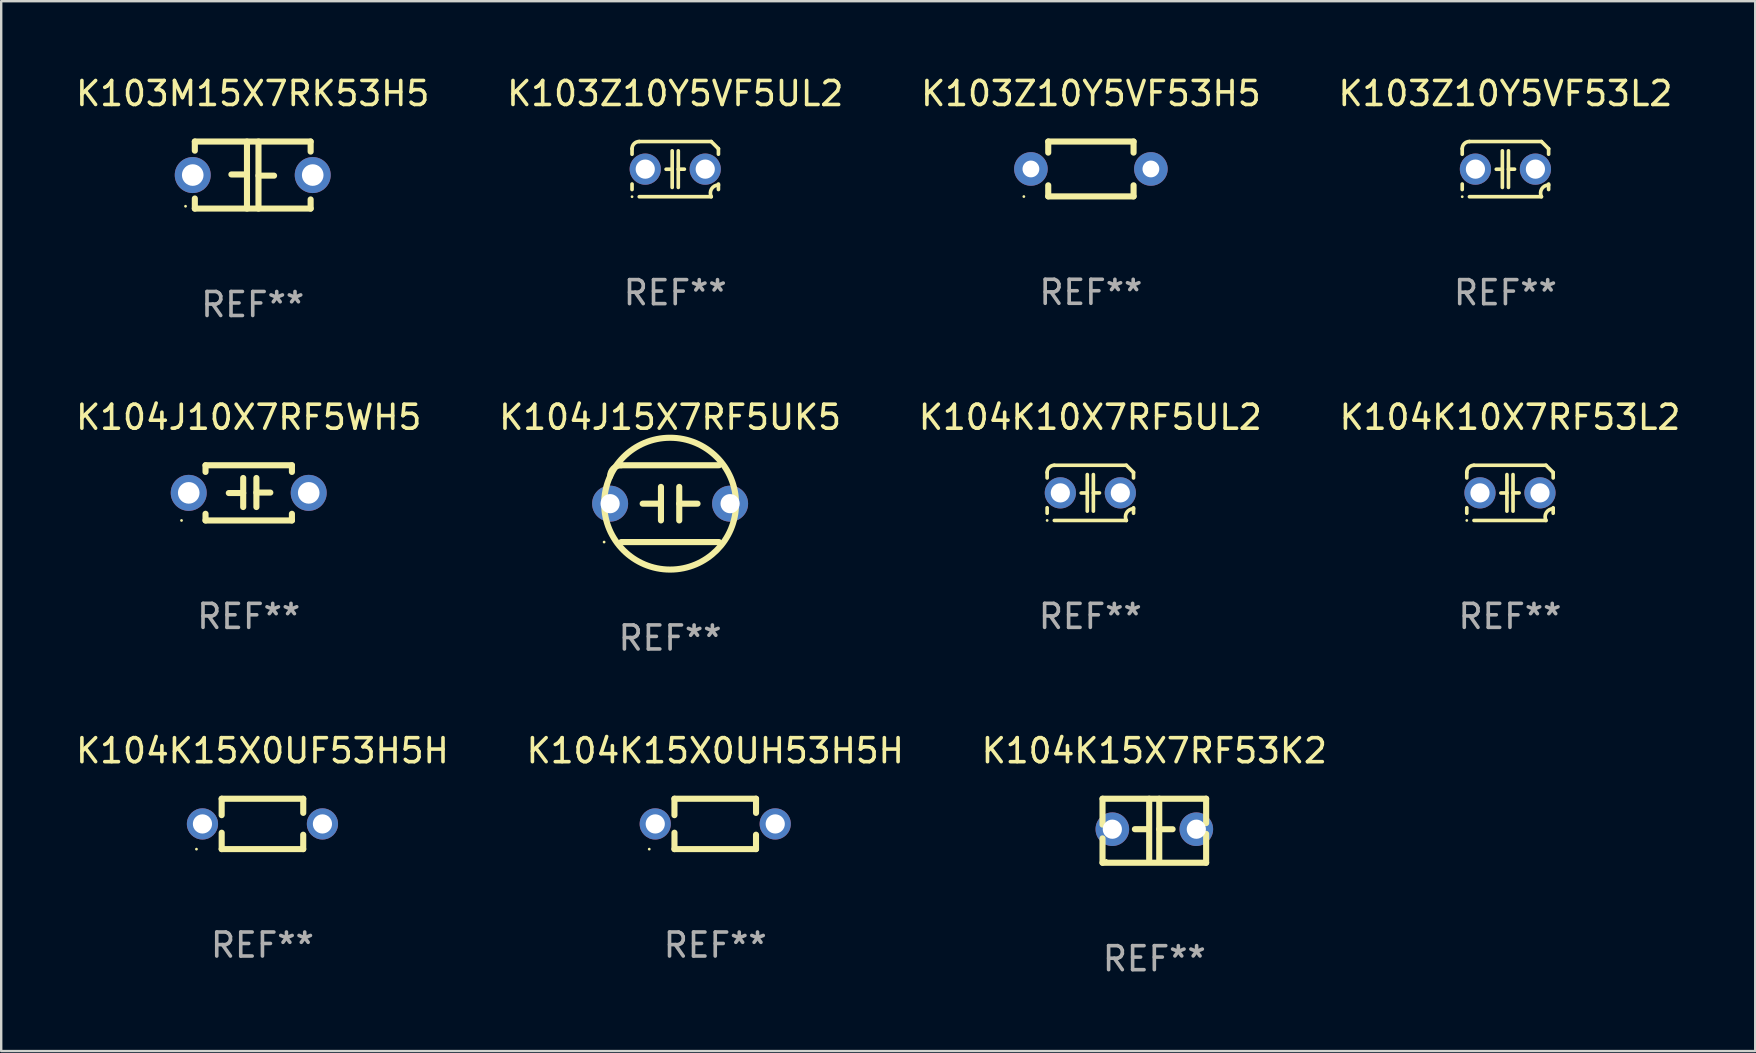
<source format=kicad_pcb>
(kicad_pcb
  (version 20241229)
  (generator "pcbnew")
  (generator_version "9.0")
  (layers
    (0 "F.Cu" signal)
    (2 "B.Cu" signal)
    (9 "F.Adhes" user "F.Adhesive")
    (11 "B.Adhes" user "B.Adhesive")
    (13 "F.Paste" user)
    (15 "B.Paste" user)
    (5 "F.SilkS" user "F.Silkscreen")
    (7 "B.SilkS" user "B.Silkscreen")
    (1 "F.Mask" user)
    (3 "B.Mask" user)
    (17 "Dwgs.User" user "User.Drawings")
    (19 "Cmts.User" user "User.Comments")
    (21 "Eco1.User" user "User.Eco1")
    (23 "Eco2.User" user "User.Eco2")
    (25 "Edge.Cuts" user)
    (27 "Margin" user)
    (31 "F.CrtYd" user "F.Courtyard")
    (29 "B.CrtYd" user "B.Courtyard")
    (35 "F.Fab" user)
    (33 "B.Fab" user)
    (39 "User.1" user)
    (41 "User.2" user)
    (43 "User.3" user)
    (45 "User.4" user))
  (footprint "K104K15X7RF53K2"
    (layer "F.Cu")
    (at 45.054 31.569)
    (property "Reference" "K104K15X7RF53K2" (at 0 -3.334 0) (layer "F.SilkS") (effects (font (size 1 1) (thickness 0.15))))
    (attr through_hole)
    (fp_line (start -2.159 1.334) (end -2.159 0.318) (stroke (width 0.254) (type solid)) (layer "F.SilkS"))
    (fp_line (start -2.159 -1.334) (end 2.159 -1.334) (stroke (width 0.254) (type solid)) (layer "F.SilkS"))
    (fp_line (start -2.159 -0.256) (end -2.159 -1.334) (stroke (width 0.254) (type solid)) (layer "F.SilkS"))
    (fp_line (start -0.254 -0.064) (end -0.811 -0.064) (stroke (width 0.254) (type solid)) (layer "F.SilkS"))
    (fp_line (start -0.214 -1.334) (end -0.214 1.207) (stroke (width 0.254) (type solid)) (layer "F.SilkS"))
    (fp_line (start 0.205 -1.334) (end 0.205 1.207) (stroke (width 0.254) (type solid)) (layer "F.SilkS"))
    (fp_line (start 0.205 -0.063) (end 0.762 -0.063) (stroke (width 0.254) (type solid)) (layer "F.SilkS"))
    (fp_line (start 2.159 0.13) (end 2.159 1.334) (stroke (width 0.254) (type solid)) (layer "F.SilkS"))
    (fp_line (start 2.159 1.334) (end -2.159 1.334) (stroke (width 0.254) (type solid)) (layer "F.SilkS"))
    (fp_line (start 2.159 -1.334) (end 2.159 -0.318) (stroke (width 0.254) (type solid)) (layer "F.SilkS"))
    (fp_circle (center -2 1.236) (end -1.97 1.236) (stroke (width 0.06) (type solid)) (fill no) (layer "F.SilkS"))
    (fp_text user "REF**" (at 0 5.334 0) (layer "F.Fab") (effects (font (size 1 1) (thickness 0.15))))
    (pad "1" thru_hole circle (at -1.75 -0.064) (size 1.4 1.4) (drill 0.8) (layers "*.Cu" "*.Mask"))
    (pad "2" thru_hole circle (at 1.75 -0.064) (size 1.4 1.4) (drill 0.8) (layers "*.Cu" "*.Mask")))
  (footprint "K104K10X7RF53L2"
    (layer "F.Cu")
    (at 59.875 17.489)
    (property "Reference" "K104K10X7RF53L2" (at 0 -3.15 0) (layer "F.SilkS") (effects (font (size 1 1) (thickness 0.15))))
    (attr through_hole)
    (fp_line (start -1.8 -0.621) (end -1.8 -0.85) (stroke (width 0.152) (type solid)) (layer "F.SilkS"))
    (fp_line (start -1.8 0.85) (end -1.8 0.621) (stroke (width 0.152) (type solid)) (layer "F.SilkS"))
    (fp_line (start -1.5 -1.15) (end 1.5 -1.15) (stroke (width 0.152) (type solid)) (layer "F.SilkS"))
    (fp_line (start -0.127 -0.762) (end -0.127 0.762) (stroke (width 0.152) (type solid)) (layer "F.SilkS"))
    (fp_line (start -0.127 0.005) (end -0.381 0.005) (stroke (width 0.152) (type solid)) (layer "F.SilkS"))
    (fp_line (start 0.127 -0.762) (end 0.127 0.762) (stroke (width 0.152) (type solid)) (layer "F.SilkS"))
    (fp_line (start 0.127 0.002) (end 0.381 0.002) (stroke (width 0.152) (type solid)) (layer "F.SilkS"))
    (fp_line (start 1.5 1.15) (end -1.5 1.15) (stroke (width 0.152) (type solid)) (layer "F.SilkS"))
    (fp_line (start 1.8 -0.85) (end 1.8 -0.621) (stroke (width 0.152) (type solid)) (layer "F.SilkS"))
    (fp_line (start 1.8 0.621) (end 1.8 0.85) (stroke (width 0.152) (type solid)) (layer "F.SilkS"))
    (fp_arc (start -1.799975 -0.849987) (mid -1.712107 -1.062119) (end -1.499975 -1.149987) (stroke (width 0.151994) (type solid)) (layer "F.SilkS"))
    (fp_arc (start 1.499975 1.149987) (mid 1.513726 0.822359) (end 1.799975 0.662387) (stroke (width 0.151994) (type solid)) (layer "F.SilkS"))
    (fp_arc (start 1.500001 -1.149986) (mid 1.650015 -1.000001) (end 1.8 -0.849987) (stroke (width 0.151994) (type solid)) (layer "F.SilkS"))
    (fp_circle (center -1.8 1.15) (end -1.77 1.15) (stroke (width 0.06) (type solid)) (fill no) (layer "F.SilkS"))
    (fp_text user "REF**" (at 0 5.15 0) (layer "F.Fab") (effects (font (size 1 1) (thickness 0.15))))
    (pad "1" thru_hole circle (at -1.25 0) (size 1.3 1.3) (drill 0.8) (layers "*.Cu" "*.Mask"))
    (pad "2" thru_hole circle (at 1.25 0) (size 1.3 1.3) (drill 0.8) (layers "*.Cu" "*.Mask")))
  (footprint "K103M15X7RK53H5"
    (layer "F.Cu")
    (at 7.482 4.245)
    (property "Reference" "K103M15X7RK53H5" (at 0 -3.397 0) (layer "F.SilkS") (effects (font (size 1 1) (thickness 0.15))))
    (attr through_hole)
    (fp_line (start -2.413 -1.397) (end 2.413 -1.397) (stroke (width 0.254) (type solid)) (layer "F.SilkS"))
    (fp_line (start -2.413 -1.016) (end -2.413 -1.397) (stroke (width 0.254) (type solid)) (layer "F.SilkS"))
    (fp_line (start -2.413 0.977) (end -2.413 1.397) (stroke (width 0.254) (type solid)) (layer "F.SilkS"))
    (fp_line (start -0.24 -0.025) (end -0.889 -0.025) (stroke (width 0.254) (type solid)) (layer "F.SilkS"))
    (fp_line (start -0.24 1.397) (end -0.24 -1.397) (stroke (width 0.254) (type solid)) (layer "F.SilkS"))
    (fp_line (start 0.24 -1.397) (end 0.24 1.397) (stroke (width 0.254) (type solid)) (layer "F.SilkS"))
    (fp_line (start 0.24 0.025) (end 0.889 0.025) (stroke (width 0.254) (type solid)) (layer "F.SilkS"))
    (fp_line (start 2.413 -0.977) (end 2.413 -1.397) (stroke (width 0.254) (type solid)) (layer "F.SilkS"))
    (fp_line (start 2.413 1.016) (end 2.413 1.397) (stroke (width 0.254) (type solid)) (layer "F.SilkS"))
    (fp_line (start 2.413 1.397) (end -2.413 1.397) (stroke (width 0.254) (type solid)) (layer "F.SilkS"))
    (fp_circle (center -2.8 1.3) (end -2.77 1.3) (stroke (width 0.06) (type solid)) (fill no) (layer "F.SilkS"))
    (fp_text user "REF**" (at 0 5.397 0) (layer "F.Fab") (effects (font (size 1 1) (thickness 0.15))))
    (pad "1" thru_hole circle (at -2.5 0) (size 1.5 1.5) (drill 0.9) (layers "*.Cu" "*.Mask"))
    (pad "2" thru_hole circle (at 2.5 0) (size 1.5 1.5) (drill 0.9) (layers "*.Cu" "*.Mask")))
  (footprint "K103Z10Y5VF5UL2"
    (layer "F.Cu")
    (at 25.089 3.998)
    (property "Reference" "K103Z10Y5VF5UL2" (at 0 -3.15 0) (layer "F.SilkS") (effects (font (size 1 1) (thickness 0.15))))
    (attr through_hole)
    (fp_line (start -1.8 -0.621) (end -1.8 -0.85) (stroke (width 0.152) (type solid)) (layer "F.SilkS"))
    (fp_line (start -1.8 0.85) (end -1.8 0.621) (stroke (width 0.152) (type solid)) (layer "F.SilkS"))
    (fp_line (start -1.5 -1.15) (end 1.5 -1.15) (stroke (width 0.152) (type solid)) (layer "F.SilkS"))
    (fp_line (start -0.127 -0.762) (end -0.127 0.762) (stroke (width 0.152) (type solid)) (layer "F.SilkS"))
    (fp_line (start -0.127 0.005) (end -0.381 0.005) (stroke (width 0.152) (type solid)) (layer "F.SilkS"))
    (fp_line (start 0.127 -0.762) (end 0.127 0.762) (stroke (width 0.152) (type solid)) (layer "F.SilkS"))
    (fp_line (start 0.127 0.002) (end 0.381 0.002) (stroke (width 0.152) (type solid)) (layer "F.SilkS"))
    (fp_line (start 1.5 1.15) (end -1.5 1.15) (stroke (width 0.152) (type solid)) (layer "F.SilkS"))
    (fp_line (start 1.8 -0.85) (end 1.8 -0.621) (stroke (width 0.152) (type solid)) (layer "F.SilkS"))
    (fp_line (start 1.8 0.621) (end 1.8 0.85) (stroke (width 0.152) (type solid)) (layer "F.SilkS"))
    (fp_arc (start -1.799975 -0.849987) (mid -1.712107 -1.062119) (end -1.499975 -1.149987) (stroke (width 0.151994) (type solid)) (layer "F.SilkS"))
    (fp_arc (start 1.499975 1.149987) (mid 1.513726 0.822359) (end 1.799975 0.662387) (stroke (width 0.151994) (type solid)) (layer "F.SilkS"))
    (fp_arc (start 1.500001 -1.149986) (mid 1.650015 -1.000001) (end 1.8 -0.849987) (stroke (width 0.151994) (type solid)) (layer "F.SilkS"))
    (fp_circle (center -1.8 1.15) (end -1.77 1.15) (stroke (width 0.06) (type solid)) (fill no) (layer "F.SilkS"))
    (fp_text user "REF**" (at 0 5.15 0) (layer "F.Fab") (effects (font (size 1 1) (thickness 0.15))))
    (pad "1" thru_hole circle (at -1.25 0) (size 1.3 1.3) (drill 0.8) (layers "*.Cu" "*.Mask"))
    (pad "2" thru_hole circle (at 1.25 0) (size 1.3 1.3) (drill 0.8) (layers "*.Cu" "*.Mask")))
  (footprint "K104J15X7RF5UK5"
    (layer "F.Cu")
    (at 24.875 17.939)
    (property "Reference" "K104J15X7RF5UK5" (at 0 -3.6 0) (layer "F.SilkS") (effects (font (size 1 1) (thickness 0.15))))
    (attr through_hole)
    (fp_line (start -2.038 1.6) (end 2.038 1.6) (stroke (width 0.254) (type solid)) (layer "F.SilkS"))
    (fp_line (start -1.143 0) (end -0.381 0) (stroke (width 0.254) (type solid)) (layer "F.SilkS"))
    (fp_line (start -0.381 -0.699) (end -0.381 0.699) (stroke (width 0.254) (type solid)) (layer "F.SilkS"))
    (fp_line (start 0.381 -0.699) (end 0.381 0.699) (stroke (width 0.254) (type solid)) (layer "F.SilkS"))
    (fp_line (start 1.143 0) (end 0.381 0) (stroke (width 0.254) (type solid)) (layer "F.SilkS"))
    (fp_line (start 2.038 -1.6) (end -2.038 -1.6) (stroke (width 0.254) (type solid)) (layer "F.SilkS"))
    (fp_arc (start -2.500127 -1.137744) (mid -2.364728 -1.464626) (end -2.037846 -1.600025) (stroke (width 0.254001) (type solid)) (layer "F.SilkS"))
    (fp_arc (start -2.500127 1.137719) (mid 2.500149 -1.137741) (end -2.500127 1.137719) (stroke (width 0.254001) (type solid)) (layer "F.SilkS"))
    (fp_circle (center -2.75 1.6) (end -2.72 1.6) (stroke (width 0.06) (type solid)) (fill no) (layer "F.SilkS"))
    (fp_text user "REF**" (at 0 5.6 0) (layer "F.Fab") (effects (font (size 1 1) (thickness 0.15))))
    (pad "1" thru_hole circle (at -2.5 0) (size 1.5 1.5) (drill 0.8) (layers "*.Cu" "*.Mask"))
    (pad "2" thru_hole circle (at 2.5 0) (size 1.5 1.5) (drill 0.8) (layers "*.Cu" "*.Mask")))
  (footprint "K104K10X7RF5UL2"
    (layer "F.Cu")
    (at 42.387 17.489)
    (property "Reference" "K104K10X7RF5UL2" (at 0 -3.15 0) (layer "F.SilkS") (effects (font (size 1 1) (thickness 0.15))))
    (attr through_hole)
    (fp_line (start -1.8 -0.621) (end -1.8 -0.85) (stroke (width 0.152) (type solid)) (layer "F.SilkS"))
    (fp_line (start -1.8 0.85) (end -1.8 0.621) (stroke (width 0.152) (type solid)) (layer "F.SilkS"))
    (fp_line (start -1.5 -1.15) (end 1.5 -1.15) (stroke (width 0.152) (type solid)) (layer "F.SilkS"))
    (fp_line (start -0.127 -0.762) (end -0.127 0.762) (stroke (width 0.152) (type solid)) (layer "F.SilkS"))
    (fp_line (start -0.127 0.005) (end -0.381 0.005) (stroke (width 0.152) (type solid)) (layer "F.SilkS"))
    (fp_line (start 0.127 -0.762) (end 0.127 0.762) (stroke (width 0.152) (type solid)) (layer "F.SilkS"))
    (fp_line (start 0.127 0.002) (end 0.381 0.002) (stroke (width 0.152) (type solid)) (layer "F.SilkS"))
    (fp_line (start 1.5 1.15) (end -1.5 1.15) (stroke (width 0.152) (type solid)) (layer "F.SilkS"))
    (fp_line (start 1.8 -0.85) (end 1.8 -0.621) (stroke (width 0.152) (type solid)) (layer "F.SilkS"))
    (fp_line (start 1.8 0.621) (end 1.8 0.85) (stroke (width 0.152) (type solid)) (layer "F.SilkS"))
    (fp_arc (start -1.799975 -0.849987) (mid -1.712107 -1.062119) (end -1.499975 -1.149987) (stroke (width 0.151994) (type solid)) (layer "F.SilkS"))
    (fp_arc (start 1.499975 1.149987) (mid 1.513726 0.822359) (end 1.799975 0.662387) (stroke (width 0.151994) (type solid)) (layer "F.SilkS"))
    (fp_arc (start 1.500001 -1.149986) (mid 1.650015 -1.000001) (end 1.8 -0.849987) (stroke (width 0.151994) (type solid)) (layer "F.SilkS"))
    (fp_circle (center -1.8 1.15) (end -1.77 1.15) (stroke (width 0.06) (type solid)) (fill no) (layer "F.SilkS"))
    (fp_text user "REF**" (at 0 5.15 0) (layer "F.Fab") (effects (font (size 1 1) (thickness 0.15))))
    (pad "1" thru_hole circle (at -1.25 0) (size 1.3 1.3) (drill 0.8) (layers "*.Cu" "*.Mask"))
    (pad "2" thru_hole circle (at 1.25 0) (size 1.3 1.3) (drill 0.8) (layers "*.Cu" "*.Mask")))
  (footprint "K104K15X0UF53H5H"
    (layer "F.Cu")
    (at 7.887 31.285)
    (property "Reference" "K104K15X0UF53H5H" (at 0 -3.05 0) (layer "F.SilkS") (effects (font (size 1 1) (thickness 0.15))))
    (attr through_hole)
    (fp_line (start -1.7 -1.05) (end 1.7 -1.05) (stroke (width 0.254) (type solid)) (layer "F.SilkS"))
    (fp_line (start -1.7 -0.365) (end -1.7 -1.05) (stroke (width 0.254) (type solid)) (layer "F.SilkS"))
    (fp_line (start -1.699 1.05) (end -1.699 0.366) (stroke (width 0.254) (type solid)) (layer "F.SilkS"))
    (fp_line (start 1.699 0.45) (end 1.699 1.05) (stroke (width 0.254) (type solid)) (layer "F.SilkS"))
    (fp_line (start 1.699 1.05) (end -1.699 1.05) (stroke (width 0.254) (type solid)) (layer "F.SilkS"))
    (fp_line (start 1.7 -1.05) (end 1.7 -0.46) (stroke (width 0.254) (type solid)) (layer "F.SilkS"))
    (fp_circle (center -2.75 1.051) (end -2.72 1.051) (stroke (width 0.06) (type solid)) (fill no) (layer "F.SilkS"))
    (fp_text user "REF**" (at 0 5.05 0) (layer "F.Fab") (effects (font (size 1 1) (thickness 0.15))))
    (pad "1" thru_hole circle (at -2.5 0.000483) (size 1.3 1.3) (drill 0.8) (layers "*.Cu" "*.Mask"))
    (pad "2" thru_hole circle (at 2.5 0.000483) (size 1.3 1.3) (drill 0.8) (layers "*.Cu" "*.Mask")))
  (footprint "K104K15X0UH53H5H"
    (layer "F.Cu")
    (at 26.756 31.285)
    (property "Reference" "K104K15X0UH53H5H" (at 0 -3.05 0) (layer "F.SilkS") (effects (font (size 1 1) (thickness 0.15))))
    (attr through_hole)
    (fp_line (start -1.7 -1.05) (end 1.7 -1.05) (stroke (width 0.254) (type solid)) (layer "F.SilkS"))
    (fp_line (start -1.7 -0.365) (end -1.7 -1.05) (stroke (width 0.254) (type solid)) (layer "F.SilkS"))
    (fp_line (start -1.699 1.05) (end -1.699 0.366) (stroke (width 0.254) (type solid)) (layer "F.SilkS"))
    (fp_line (start 1.699 0.45) (end 1.699 1.05) (stroke (width 0.254) (type solid)) (layer "F.SilkS"))
    (fp_line (start 1.699 1.05) (end -1.699 1.05) (stroke (width 0.254) (type solid)) (layer "F.SilkS"))
    (fp_line (start 1.7 -1.05) (end 1.7 -0.46) (stroke (width 0.254) (type solid)) (layer "F.SilkS"))
    (fp_circle (center -2.75 1.051) (end -2.72 1.051) (stroke (width 0.06) (type solid)) (fill no) (layer "F.SilkS"))
    (fp_text user "REF**" (at 0 5.05 0) (layer "F.Fab") (effects (font (size 1 1) (thickness 0.15))))
    (pad "1" thru_hole circle (at -2.5 0.000483) (size 1.3 1.3) (drill 0.8) (layers "*.Cu" "*.Mask"))
    (pad "2" thru_hole circle (at 2.5 0.000483) (size 1.3 1.3) (drill 0.8) (layers "*.Cu" "*.Mask")))
  (footprint "K104J10X7RF5WH5"
    (layer "F.Cu")
    (at 7.315 17.489)
    (property "Reference" "K104J10X7RF5WH5" (at 0 -3.15 0) (layer "F.SilkS") (effects (font (size 1 1) (thickness 0.15))))
    (attr through_hole)
    (fp_line (start -1.8 -1.15) (end -1.8 -0.872) (stroke (width 0.254) (type solid)) (layer "F.SilkS"))
    (fp_line (start -1.8 -1.15) (end 1.8 -1.15) (stroke (width 0.254) (type solid)) (layer "F.SilkS"))
    (fp_line (start -1.8 0.872) (end -1.8 1.15) (stroke (width 0.254) (type solid)) (layer "F.SilkS"))
    (fp_line (start -1.8 1.15) (end 1.8 1.15) (stroke (width 0.254) (type solid)) (layer "F.SilkS"))
    (fp_line (start -0.23 -0.62) (end -0.23 0.59) (stroke (width 0.254) (type solid)) (layer "F.SilkS"))
    (fp_line (start -0.23 0.007) (end -0.83 0.007) (stroke (width 0.254) (type solid)) (layer "F.SilkS"))
    (fp_line (start 0.32 -0.62) (end 0.32 0.59) (stroke (width 0.254) (type solid)) (layer "F.SilkS"))
    (fp_line (start 0.32 -0.012) (end 0.9 -0.012) (stroke (width 0.254) (type solid)) (layer "F.SilkS"))
    (fp_line (start 1.8 -1.15) (end 1.8 -0.872) (stroke (width 0.254) (type solid)) (layer "F.SilkS"))
    (fp_line (start 1.8 0.872) (end 1.8 1.15) (stroke (width 0.254) (type solid)) (layer "F.SilkS"))
    (fp_circle (center -2.8 1.15) (end -2.77 1.15) (stroke (width 0.06) (type solid)) (fill no) (layer "F.SilkS"))
    (fp_text user "REF**" (at 0 5.15 0) (layer "F.Fab") (effects (font (size 1 1) (thickness 0.15))))
    (pad "1" thru_hole circle (at -2.5 0) (size 1.5 1.5) (drill 0.9) (layers "*.Cu" "*.Mask"))
    (pad "2" thru_hole circle (at 2.5 0) (size 1.5 1.5) (drill 0.9) (layers "*.Cu" "*.Mask")))
  (footprint "K103Z10Y5VF53L2"
    (layer "F.Cu")
    (at 59.685 3.998)
    (property "Reference" "K103Z10Y5VF53L2" (at 0 -3.15 0) (layer "F.SilkS") (effects (font (size 1 1) (thickness 0.15))))
    (attr through_hole)
    (fp_line (start -1.8 -0.621) (end -1.8 -0.85) (stroke (width 0.152) (type solid)) (layer "F.SilkS"))
    (fp_line (start -1.8 0.85) (end -1.8 0.621) (stroke (width 0.152) (type solid)) (layer "F.SilkS"))
    (fp_line (start -1.5 -1.15) (end 1.5 -1.15) (stroke (width 0.152) (type solid)) (layer "F.SilkS"))
    (fp_line (start -0.127 -0.762) (end -0.127 0.762) (stroke (width 0.152) (type solid)) (layer "F.SilkS"))
    (fp_line (start -0.127 0.005) (end -0.381 0.005) (stroke (width 0.152) (type solid)) (layer "F.SilkS"))
    (fp_line (start 0.127 -0.762) (end 0.127 0.762) (stroke (width 0.152) (type solid)) (layer "F.SilkS"))
    (fp_line (start 0.127 0.002) (end 0.381 0.002) (stroke (width 0.152) (type solid)) (layer "F.SilkS"))
    (fp_line (start 1.5 1.15) (end -1.5 1.15) (stroke (width 0.152) (type solid)) (layer "F.SilkS"))
    (fp_line (start 1.8 -0.85) (end 1.8 -0.621) (stroke (width 0.152) (type solid)) (layer "F.SilkS"))
    (fp_line (start 1.8 0.621) (end 1.8 0.85) (stroke (width 0.152) (type solid)) (layer "F.SilkS"))
    (fp_arc (start -1.799975 -0.849987) (mid -1.712107 -1.062119) (end -1.499975 -1.149987) (stroke (width 0.151994) (type solid)) (layer "F.SilkS"))
    (fp_arc (start 1.499975 1.149987) (mid 1.513726 0.822359) (end 1.799975 0.662387) (stroke (width 0.151994) (type solid)) (layer "F.SilkS"))
    (fp_arc (start 1.500001 -1.149986) (mid 1.650015 -1.000001) (end 1.8 -0.849987) (stroke (width 0.151994) (type solid)) (layer "F.SilkS"))
    (fp_circle (center -1.8 1.15) (end -1.77 1.15) (stroke (width 0.06) (type solid)) (fill no) (layer "F.SilkS"))
    (fp_text user "REF**" (at 0 5.15 0) (layer "F.Fab") (effects (font (size 1 1) (thickness 0.15))))
    (pad "1" thru_hole circle (at -1.25 0) (size 1.3 1.3) (drill 0.8) (layers "*.Cu" "*.Mask"))
    (pad "2" thru_hole circle (at 1.25 0) (size 1.3 1.3) (drill 0.8) (layers "*.Cu" "*.Mask")))
  (footprint "K103Z10Y5VF53H5"
    (layer "F.Cu")
    (at 42.411 3.991)
    (property "Reference" "K103Z10Y5VF53H5" (at 0 -3.143 0) (layer "F.SilkS") (effects (font (size 1 1) (thickness 0.15))))
    (attr through_hole)
    (fp_line (start -1.778 -1.143) (end 1.778 -1.143) (stroke (width 0.254) (type solid)) (layer "F.SilkS"))
    (fp_line (start -1.778 -0.681) (end -1.778 -1.143) (stroke (width 0.254) (type solid)) (layer "F.SilkS"))
    (fp_line (start -1.778 1.143) (end -1.778 0.681) (stroke (width 0.254) (type solid)) (layer "F.SilkS"))
    (fp_line (start 1.778 -1.143) (end 1.778 -0.681) (stroke (width 0.254) (type solid)) (layer "F.SilkS"))
    (fp_line (start 1.778 0.681) (end 1.778 1.143) (stroke (width 0.254) (type solid)) (layer "F.SilkS"))
    (fp_line (start 1.778 1.143) (end -1.778 1.143) (stroke (width 0.254) (type solid)) (layer "F.SilkS"))
    (fp_circle (center -2.794 1.15) (end -2.764 1.15) (stroke (width 0.06) (type solid)) (fill no) (layer "F.SilkS"))
    (fp_text user "REF**" (at 0 5.143 0) (layer "F.Fab") (effects (font (size 1 1) (thickness 0.15))))
    (pad "1" thru_hole circle (at -2.5 0) (size 1.4 1.4) (drill 0.7) (layers "*.Cu" "*.Mask"))
    (pad "2" thru_hole circle (at 2.5 0) (size 1.4 1.4) (drill 0.7) (layers "*.Cu" "*.Mask")))
  (gr_rect
    (start -3 -3)
    (end 70.095 40.751)
    (stroke (width 0.1) (type default))
    (fill no)
    (layer "Edge.Cuts")))
</source>
